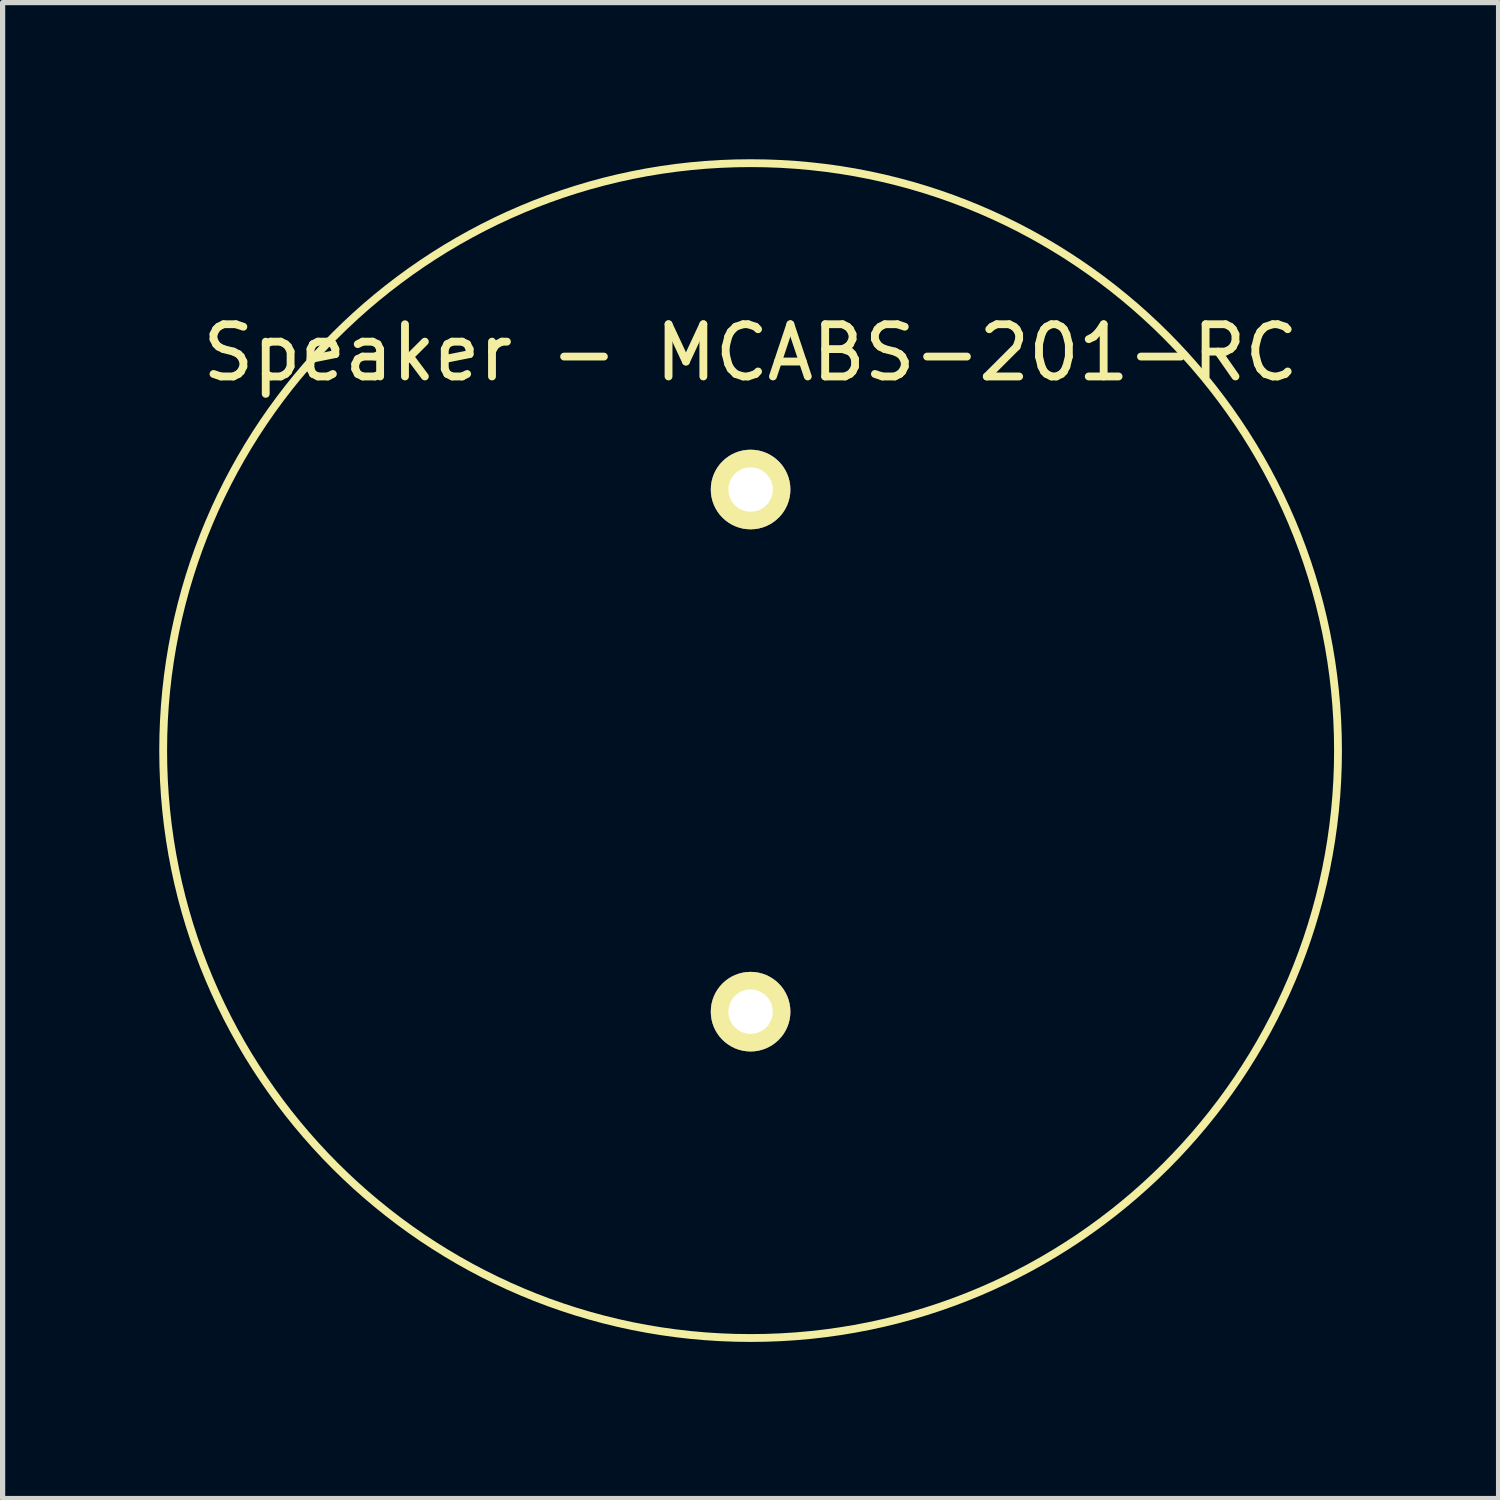
<source format=kicad_pcb>
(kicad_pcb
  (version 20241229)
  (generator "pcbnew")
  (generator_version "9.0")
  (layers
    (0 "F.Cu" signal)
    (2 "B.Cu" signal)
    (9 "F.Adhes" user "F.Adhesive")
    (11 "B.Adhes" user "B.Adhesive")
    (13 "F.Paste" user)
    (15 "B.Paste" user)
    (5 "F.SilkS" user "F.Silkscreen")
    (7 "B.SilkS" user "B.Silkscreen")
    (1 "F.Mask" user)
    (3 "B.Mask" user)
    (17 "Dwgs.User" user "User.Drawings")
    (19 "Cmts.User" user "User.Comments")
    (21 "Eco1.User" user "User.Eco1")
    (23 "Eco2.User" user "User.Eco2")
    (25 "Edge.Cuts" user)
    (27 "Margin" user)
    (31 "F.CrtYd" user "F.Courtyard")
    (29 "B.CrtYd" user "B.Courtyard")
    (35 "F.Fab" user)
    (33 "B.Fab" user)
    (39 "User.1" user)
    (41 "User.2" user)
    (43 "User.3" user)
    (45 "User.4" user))
  (footprint "Speaker - MCABS-201-RC"
    (layer "F.Cu")
    (at 11.325 11.325)
    (property "Reference" "Speaker - MCABS-201-RC" (at 0 -7.62 0) (layer "F.SilkS") (effects (font (size 1 1) (thickness 0.15))))
    (attr through_hole)
    (fp_circle (center 0 0) (end 11.25 0) (stroke (width 0.15) (type solid)) (fill no) (layer "F.SilkS"))
    (pad "1" thru_hole circle (at 0 -5) (size 1.524 1.524) (drill 0.85) (layers "*.Cu" "*.Mask" "F.SilkS"))
    (pad "2" thru_hole circle (at 0 5) (size 1.524 1.524) (drill 0.85) (layers "*.Cu" "*.Mask" "F.SilkS")))
  (gr_rect
    (start -3 -3)
    (end 25.65 25.65)
    (stroke (width 0.1) (type default))
    (fill no)
    (layer "Edge.Cuts")))
</source>
